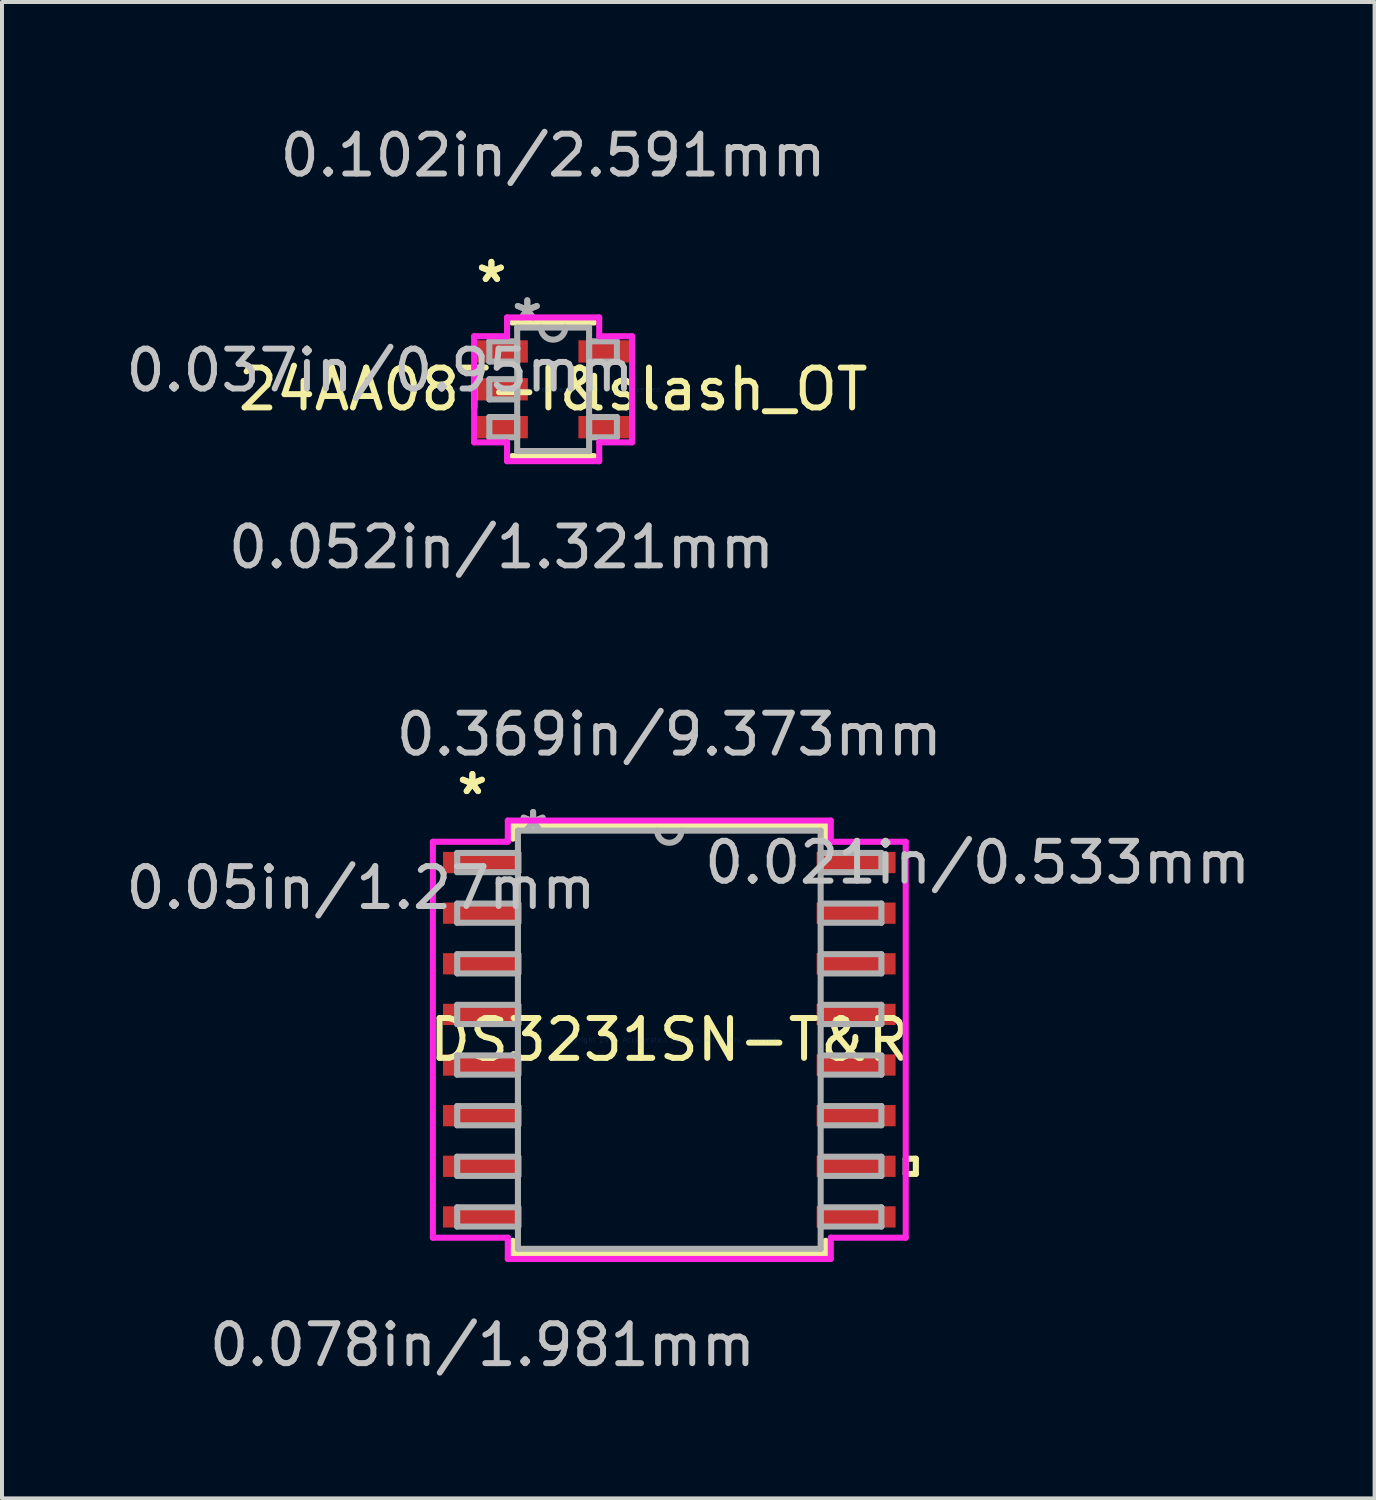
<source format=kicad_pcb>
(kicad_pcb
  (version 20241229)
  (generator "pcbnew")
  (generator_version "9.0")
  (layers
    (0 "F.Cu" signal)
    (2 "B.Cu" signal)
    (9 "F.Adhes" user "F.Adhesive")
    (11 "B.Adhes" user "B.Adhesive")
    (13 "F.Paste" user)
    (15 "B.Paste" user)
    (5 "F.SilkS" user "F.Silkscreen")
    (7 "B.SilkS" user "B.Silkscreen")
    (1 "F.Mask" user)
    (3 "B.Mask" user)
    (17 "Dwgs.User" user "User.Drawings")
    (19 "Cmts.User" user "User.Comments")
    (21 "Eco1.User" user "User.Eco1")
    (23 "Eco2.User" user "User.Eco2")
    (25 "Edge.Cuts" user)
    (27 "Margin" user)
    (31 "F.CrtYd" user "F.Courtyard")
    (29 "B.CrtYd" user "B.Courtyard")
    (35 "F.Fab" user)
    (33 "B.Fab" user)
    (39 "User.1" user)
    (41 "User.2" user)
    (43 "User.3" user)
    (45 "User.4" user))
  (footprint "DS3231SN-T&R"
    (layer "F.Cu")
    (at 13.74 23.033)
    (property "Reference" "DS3231SN-T&R" (at 0 0 0) (layer "F.SilkS") (effects (font (size 1 1) (thickness 0.15))))
    (attr through_hole)
    (fp_line (start -3.924 -5.372) (end -3.924 -5.044) (stroke (width 0.152) (type solid)) (layer "F.SilkS"))
    (fp_line (start -3.924 5.044) (end -3.924 5.372) (stroke (width 0.152) (type solid)) (layer "F.SilkS"))
    (fp_line (start -3.924 5.372) (end 3.924 5.372) (stroke (width 0.152) (type solid)) (layer "F.SilkS"))
    (fp_line (start 3.924 -5.372) (end -3.924 -5.372) (stroke (width 0.152) (type solid)) (layer "F.SilkS"))
    (fp_line (start 3.924 -5.044) (end 3.924 -5.372) (stroke (width 0.152) (type solid)) (layer "F.SilkS"))
    (fp_line (start 3.924 5.372) (end 3.924 5.044) (stroke (width 0.152) (type solid)) (layer "F.SilkS"))
    (fp_line (start 5.931 2.985) (end 6.185 2.985) (stroke (width 0.152) (type solid)) (layer "F.SilkS"))
    (fp_line (start 5.931 3.365) (end 5.931 2.985) (stroke (width 0.152) (type solid)) (layer "F.SilkS"))
    (fp_line (start 6.185 2.985) (end 6.185 3.365) (stroke (width 0.152) (type solid)) (layer "F.SilkS"))
    (fp_line (start 6.185 3.365) (end 5.931 3.365) (stroke (width 0.152) (type solid)) (layer "F.SilkS"))
    (fp_line (start -5.931 -4.966) (end -4.051 -4.966) (stroke (width 0.152) (type solid)) (layer "F.CrtYd"))
    (fp_line (start -5.931 4.966) (end -5.931 -4.966) (stroke (width 0.152) (type solid)) (layer "F.CrtYd"))
    (fp_line (start -4.051 -5.499) (end 4.051 -5.499) (stroke (width 0.152) (type solid)) (layer "F.CrtYd"))
    (fp_line (start -4.051 -4.966) (end -4.051 -5.499) (stroke (width 0.152) (type solid)) (layer "F.CrtYd"))
    (fp_line (start -4.051 4.966) (end -5.931 4.966) (stroke (width 0.152) (type solid)) (layer "F.CrtYd"))
    (fp_line (start -4.051 5.499) (end -4.051 4.966) (stroke (width 0.152) (type solid)) (layer "F.CrtYd"))
    (fp_line (start 4.051 -5.499) (end 4.051 -4.966) (stroke (width 0.152) (type solid)) (layer "F.CrtYd"))
    (fp_line (start 4.051 -4.966) (end 5.931 -4.966) (stroke (width 0.152) (type solid)) (layer "F.CrtYd"))
    (fp_line (start 4.051 4.966) (end 4.051 5.499) (stroke (width 0.152) (type solid)) (layer "F.CrtYd"))
    (fp_line (start 4.051 5.499) (end -4.051 5.499) (stroke (width 0.152) (type solid)) (layer "F.CrtYd"))
    (fp_line (start 5.931 -4.966) (end 5.931 4.966) (stroke (width 0.152) (type solid)) (layer "F.CrtYd"))
    (fp_line (start 5.931 4.966) (end 4.051 4.966) (stroke (width 0.152) (type solid)) (layer "F.CrtYd"))
    (fp_line (start -5.321 -4.686) (end -5.321 -4.204) (stroke (width 0.152) (type solid)) (layer "F.Fab"))
    (fp_line (start -5.321 -4.204) (end -3.797 -4.204) (stroke (width 0.152) (type solid)) (layer "F.Fab"))
    (fp_line (start -5.321 -3.416) (end -5.321 -2.934) (stroke (width 0.152) (type solid)) (layer "F.Fab"))
    (fp_line (start -5.321 -2.934) (end -3.797 -2.934) (stroke (width 0.152) (type solid)) (layer "F.Fab"))
    (fp_line (start -5.321 -2.146) (end -5.321 -1.664) (stroke (width 0.152) (type solid)) (layer "F.Fab"))
    (fp_line (start -5.321 -1.664) (end -3.797 -1.664) (stroke (width 0.152) (type solid)) (layer "F.Fab"))
    (fp_line (start -5.321 -0.876) (end -5.321 -0.394) (stroke (width 0.152) (type solid)) (layer "F.Fab"))
    (fp_line (start -5.321 -0.394) (end -3.797 -0.394) (stroke (width 0.152) (type solid)) (layer "F.Fab"))
    (fp_line (start -5.321 0.394) (end -5.321 0.876) (stroke (width 0.152) (type solid)) (layer "F.Fab"))
    (fp_line (start -5.321 0.876) (end -3.797 0.876) (stroke (width 0.152) (type solid)) (layer "F.Fab"))
    (fp_line (start -5.321 1.664) (end -5.321 2.146) (stroke (width 0.152) (type solid)) (layer "F.Fab"))
    (fp_line (start -5.321 2.146) (end -3.797 2.146) (stroke (width 0.152) (type solid)) (layer "F.Fab"))
    (fp_line (start -5.321 2.934) (end -5.321 3.416) (stroke (width 0.152) (type solid)) (layer "F.Fab"))
    (fp_line (start -5.321 3.416) (end -3.797 3.416) (stroke (width 0.152) (type solid)) (layer "F.Fab"))
    (fp_line (start -5.321 4.204) (end -5.321 4.686) (stroke (width 0.152) (type solid)) (layer "F.Fab"))
    (fp_line (start -5.321 4.686) (end -3.797 4.686) (stroke (width 0.152) (type solid)) (layer "F.Fab"))
    (fp_line (start -3.797 -5.245) (end -3.797 5.245) (stroke (width 0.152) (type solid)) (layer "F.Fab"))
    (fp_line (start -3.797 -4.686) (end -5.321 -4.686) (stroke (width 0.152) (type solid)) (layer "F.Fab"))
    (fp_line (start -3.797 -4.204) (end -3.797 -4.686) (stroke (width 0.152) (type solid)) (layer "F.Fab"))
    (fp_line (start -3.797 -3.416) (end -5.321 -3.416) (stroke (width 0.152) (type solid)) (layer "F.Fab"))
    (fp_line (start -3.797 -2.934) (end -3.797 -3.416) (stroke (width 0.152) (type solid)) (layer "F.Fab"))
    (fp_line (start -3.797 -2.146) (end -5.321 -2.146) (stroke (width 0.152) (type solid)) (layer "F.Fab"))
    (fp_line (start -3.797 -1.664) (end -3.797 -2.146) (stroke (width 0.152) (type solid)) (layer "F.Fab"))
    (fp_line (start -3.797 -0.876) (end -5.321 -0.876) (stroke (width 0.152) (type solid)) (layer "F.Fab"))
    (fp_line (start -3.797 -0.394) (end -3.797 -0.876) (stroke (width 0.152) (type solid)) (layer "F.Fab"))
    (fp_line (start -3.797 0.394) (end -5.321 0.394) (stroke (width 0.152) (type solid)) (layer "F.Fab"))
    (fp_line (start -3.797 0.876) (end -3.797 0.394) (stroke (width 0.152) (type solid)) (layer "F.Fab"))
    (fp_line (start -3.797 1.664) (end -5.321 1.664) (stroke (width 0.152) (type solid)) (layer "F.Fab"))
    (fp_line (start -3.797 2.146) (end -3.797 1.664) (stroke (width 0.152) (type solid)) (layer "F.Fab"))
    (fp_line (start -3.797 2.934) (end -5.321 2.934) (stroke (width 0.152) (type solid)) (layer "F.Fab"))
    (fp_line (start -3.797 3.416) (end -3.797 2.934) (stroke (width 0.152) (type solid)) (layer "F.Fab"))
    (fp_line (start -3.797 4.204) (end -5.321 4.204) (stroke (width 0.152) (type solid)) (layer "F.Fab"))
    (fp_line (start -3.797 4.686) (end -3.797 4.204) (stroke (width 0.152) (type solid)) (layer "F.Fab"))
    (fp_line (start -3.797 5.245) (end 3.797 5.245) (stroke (width 0.152) (type solid)) (layer "F.Fab"))
    (fp_line (start 3.797 -5.245) (end -3.797 -5.245) (stroke (width 0.152) (type solid)) (layer "F.Fab"))
    (fp_line (start 3.797 -4.686) (end 3.797 -4.204) (stroke (width 0.152) (type solid)) (layer "F.Fab"))
    (fp_line (start 3.797 -4.204) (end 5.321 -4.204) (stroke (width 0.152) (type solid)) (layer "F.Fab"))
    (fp_line (start 3.797 -3.416) (end 3.797 -2.934) (stroke (width 0.152) (type solid)) (layer "F.Fab"))
    (fp_line (start 3.797 -2.934) (end 5.321 -2.934) (stroke (width 0.152) (type solid)) (layer "F.Fab"))
    (fp_line (start 3.797 -2.146) (end 3.797 -1.664) (stroke (width 0.152) (type solid)) (layer "F.Fab"))
    (fp_line (start 3.797 -1.664) (end 5.321 -1.664) (stroke (width 0.152) (type solid)) (layer "F.Fab"))
    (fp_line (start 3.797 -0.876) (end 3.797 -0.394) (stroke (width 0.152) (type solid)) (layer "F.Fab"))
    (fp_line (start 3.797 -0.394) (end 5.321 -0.394) (stroke (width 0.152) (type solid)) (layer "F.Fab"))
    (fp_line (start 3.797 0.394) (end 3.797 0.876) (stroke (width 0.152) (type solid)) (layer "F.Fab"))
    (fp_line (start 3.797 0.876) (end 5.321 0.876) (stroke (width 0.152) (type solid)) (layer "F.Fab"))
    (fp_line (start 3.797 1.664) (end 3.797 2.146) (stroke (width 0.152) (type solid)) (layer "F.Fab"))
    (fp_line (start 3.797 2.146) (end 5.321 2.146) (stroke (width 0.152) (type solid)) (layer "F.Fab"))
    (fp_line (start 3.797 2.934) (end 3.797 3.416) (stroke (width 0.152) (type solid)) (layer "F.Fab"))
    (fp_line (start 3.797 3.416) (end 5.321 3.416) (stroke (width 0.152) (type solid)) (layer "F.Fab"))
    (fp_line (start 3.797 4.204) (end 3.797 4.686) (stroke (width 0.152) (type solid)) (layer "F.Fab"))
    (fp_line (start 3.797 4.686) (end 5.321 4.686) (stroke (width 0.152) (type solid)) (layer "F.Fab"))
    (fp_line (start 3.797 5.245) (end 3.797 -5.245) (stroke (width 0.152) (type solid)) (layer "F.Fab"))
    (fp_line (start 5.321 -4.686) (end 3.797 -4.686) (stroke (width 0.152) (type solid)) (layer "F.Fab"))
    (fp_line (start 5.321 -4.204) (end 5.321 -4.686) (stroke (width 0.152) (type solid)) (layer "F.Fab"))
    (fp_line (start 5.321 -3.416) (end 3.797 -3.416) (stroke (width 0.152) (type solid)) (layer "F.Fab"))
    (fp_line (start 5.321 -2.934) (end 5.321 -3.416) (stroke (width 0.152) (type solid)) (layer "F.Fab"))
    (fp_line (start 5.321 -2.146) (end 3.797 -2.146) (stroke (width 0.152) (type solid)) (layer "F.Fab"))
    (fp_line (start 5.321 -1.664) (end 5.321 -2.146) (stroke (width 0.152) (type solid)) (layer "F.Fab"))
    (fp_line (start 5.321 -0.876) (end 3.797 -0.876) (stroke (width 0.152) (type solid)) (layer "F.Fab"))
    (fp_line (start 5.321 -0.394) (end 5.321 -0.876) (stroke (width 0.152) (type solid)) (layer "F.Fab"))
    (fp_line (start 5.321 0.394) (end 3.797 0.394) (stroke (width 0.152) (type solid)) (layer "F.Fab"))
    (fp_line (start 5.321 0.876) (end 5.321 0.394) (stroke (width 0.152) (type solid)) (layer "F.Fab"))
    (fp_line (start 5.321 1.664) (end 3.797 1.664) (stroke (width 0.152) (type solid)) (layer "F.Fab"))
    (fp_line (start 5.321 2.146) (end 5.321 1.664) (stroke (width 0.152) (type solid)) (layer "F.Fab"))
    (fp_line (start 5.321 2.934) (end 3.797 2.934) (stroke (width 0.152) (type solid)) (layer "F.Fab"))
    (fp_line (start 5.321 3.416) (end 5.321 2.934) (stroke (width 0.152) (type solid)) (layer "F.Fab"))
    (fp_line (start 5.321 4.204) (end 3.797 4.204) (stroke (width 0.152) (type solid)) (layer "F.Fab"))
    (fp_line (start 5.321 4.686) (end 5.321 4.204) (stroke (width 0.152) (type solid)) (layer "F.Fab"))
    (fp_arc (start 0.3048 -5.2451) (mid 0 -4.9403) (end -0.3048 -5.2451) (stroke (width 0.1524) (type solid)) (layer "F.Fab"))
    (fp_text user "*" (at -4.94 -6.121 0) (layer "F.SilkS") (effects (font (size 1 1) (thickness 0.15))))
    (fp_text user "*" (at -4.94 -6.121 0) (layer "F.SilkS") (effects (font (size 1 1) (thickness 0.15))))
    (fp_text user "0.05in/1.27mm" (at -7.734 -3.81 0) (layer "Dwgs.User") (effects (font (size 1 1) (thickness 0.15))))
    (fp_text user "0.021in/0.533mm" (at 7.734 -4.445 0) (layer "Dwgs.User") (effects (font (size 1 1) (thickness 0.15))))
    (fp_text user "0.369in/9.373mm" (at 0 -7.658 0) (layer "Dwgs.User") (effects (font (size 1 1) (thickness 0.15))))
    (fp_text user "0.078in/1.981mm" (at -4.686 7.658 0) (layer "Dwgs.User") (effects (font (size 1 1) (thickness 0.15))))
    (fp_text user "Copyright 2016 Accelerated Designs. All rights reserved." (at 0 0 0) (layer "Cmts.User") (effects (font (size 0.127 0.127) (thickness 0.002))))
    (fp_text user "*" (at -3.416 -5.169 0) (layer "F.Fab") (effects (font (size 1 1) (thickness 0.15))))
    (fp_text user "*" (at -3.416 -5.169 0) (layer "F.Fab") (effects (font (size 1 1) (thickness 0.15))))
    (pad "1" smd rect (at -4.686 -4.445) (size 1.981 0.533) (layers "F.Cu" "F.Mask" "F.Paste"))
    (pad "2" smd rect (at -4.686 -3.175) (size 1.981 0.533) (layers "F.Cu" "F.Mask" "F.Paste"))
    (pad "3" smd rect (at -4.686 -1.905) (size 1.981 0.533) (layers "F.Cu" "F.Mask" "F.Paste"))
    (pad "4" smd rect (at -4.686 -0.635) (size 1.981 0.533) (layers "F.Cu" "F.Mask" "F.Paste"))
    (pad "5" smd rect (at -4.686 0.635) (size 1.981 0.533) (layers "F.Cu" "F.Mask" "F.Paste"))
    (pad "6" smd rect (at -4.686 1.905) (size 1.981 0.533) (layers "F.Cu" "F.Mask" "F.Paste"))
    (pad "7" smd rect (at -4.686 3.175) (size 1.981 0.533) (layers "F.Cu" "F.Mask" "F.Paste"))
    (pad "8" smd rect (at -4.686 4.445) (size 1.981 0.533) (layers "F.Cu" "F.Mask" "F.Paste"))
    (pad "9" smd rect (at 4.686 4.445) (size 1.981 0.533) (layers "F.Cu" "F.Mask" "F.Paste"))
    (pad "10" smd rect (at 4.686 3.175) (size 1.981 0.533) (layers "F.Cu" "F.Mask" "F.Paste"))
    (pad "11" smd rect (at 4.686 1.905) (size 1.981 0.533) (layers "F.Cu" "F.Mask" "F.Paste"))
    (pad "12" smd rect (at 4.686 0.635) (size 1.981 0.533) (layers "F.Cu" "F.Mask" "F.Paste"))
    (pad "13" smd rect (at 4.686 -0.635) (size 1.981 0.533) (layers "F.Cu" "F.Mask" "F.Paste"))
    (pad "14" smd rect (at 4.686 -1.905) (size 1.981 0.533) (layers "F.Cu" "F.Mask" "F.Paste"))
    (pad "15" smd rect (at 4.686 -3.175) (size 1.981 0.533) (layers "F.Cu" "F.Mask" "F.Paste"))
    (pad "16" smd rect (at 4.686 -4.445) (size 1.981 0.533) (layers "F.Cu" "F.Mask" "F.Paste")))
  (footprint "24AA08T-I&slash_OT"
    (layer "F.Cu")
    (at 10.826 6.716)
    (property "Reference" "24AA08T-I&slash_OT" (at 0 0 0) (layer "F.SilkS") (effects (font (size 1 1) (thickness 0.15))))
    (attr through_hole)
    (fp_line (start -1.029 1.676) (end 1.029 1.676) (stroke (width 0.152) (type solid)) (layer "F.SilkS"))
    (fp_line (start 1.029 -1.676) (end -1.029 -1.676) (stroke (width 0.152) (type solid)) (layer "F.SilkS"))
    (fp_line (start 1.029 0.338) (end 1.029 -0.338) (stroke (width 0.152) (type solid)) (layer "F.SilkS"))
    (fp_line (start -1.981 -1.331) (end -1.156 -1.331) (stroke (width 0.152) (type solid)) (layer "F.CrtYd"))
    (fp_line (start -1.981 1.331) (end -1.981 -1.331) (stroke (width 0.152) (type solid)) (layer "F.CrtYd"))
    (fp_line (start -1.156 -1.803) (end 1.156 -1.803) (stroke (width 0.152) (type solid)) (layer "F.CrtYd"))
    (fp_line (start -1.156 -1.331) (end -1.156 -1.803) (stroke (width 0.152) (type solid)) (layer "F.CrtYd"))
    (fp_line (start -1.156 1.331) (end -1.981 1.331) (stroke (width 0.152) (type solid)) (layer "F.CrtYd"))
    (fp_line (start -1.156 1.803) (end -1.156 1.331) (stroke (width 0.152) (type solid)) (layer "F.CrtYd"))
    (fp_line (start 1.156 -1.803) (end 1.156 -1.331) (stroke (width 0.152) (type solid)) (layer "F.CrtYd"))
    (fp_line (start 1.156 -1.331) (end 1.981 -1.331) (stroke (width 0.152) (type solid)) (layer "F.CrtYd"))
    (fp_line (start 1.156 1.331) (end 1.156 1.803) (stroke (width 0.152) (type solid)) (layer "F.CrtYd"))
    (fp_line (start 1.156 1.803) (end -1.156 1.803) (stroke (width 0.152) (type solid)) (layer "F.CrtYd"))
    (fp_line (start 1.981 -1.331) (end 1.981 1.331) (stroke (width 0.152) (type solid)) (layer "F.CrtYd"))
    (fp_line (start 1.981 1.331) (end 1.156 1.331) (stroke (width 0.152) (type solid)) (layer "F.CrtYd"))
    (fp_line (start -1.6 -1.204) (end -1.6 -0.696) (stroke (width 0.152) (type solid)) (layer "F.Fab"))
    (fp_line (start -1.6 -0.696) (end -0.902 -0.696) (stroke (width 0.152) (type solid)) (layer "F.Fab"))
    (fp_line (start -1.6 -0.254) (end -1.6 0.254) (stroke (width 0.152) (type solid)) (layer "F.Fab"))
    (fp_line (start -1.6 0.254) (end -0.902 0.254) (stroke (width 0.152) (type solid)) (layer "F.Fab"))
    (fp_line (start -1.6 0.696) (end -1.6 1.204) (stroke (width 0.152) (type solid)) (layer "F.Fab"))
    (fp_line (start -1.6 1.204) (end -0.902 1.204) (stroke (width 0.152) (type solid)) (layer "F.Fab"))
    (fp_line (start -0.902 -1.549) (end -0.902 1.549) (stroke (width 0.152) (type solid)) (layer "F.Fab"))
    (fp_line (start -0.902 -1.204) (end -1.6 -1.204) (stroke (width 0.152) (type solid)) (layer "F.Fab"))
    (fp_line (start -0.902 -0.696) (end -0.902 -1.204) (stroke (width 0.152) (type solid)) (layer "F.Fab"))
    (fp_line (start -0.902 -0.254) (end -1.6 -0.254) (stroke (width 0.152) (type solid)) (layer "F.Fab"))
    (fp_line (start -0.902 0.254) (end -0.902 -0.254) (stroke (width 0.152) (type solid)) (layer "F.Fab"))
    (fp_line (start -0.902 0.696) (end -1.6 0.696) (stroke (width 0.152) (type solid)) (layer "F.Fab"))
    (fp_line (start -0.902 1.204) (end -0.902 0.696) (stroke (width 0.152) (type solid)) (layer "F.Fab"))
    (fp_line (start -0.902 1.549) (end 0.902 1.549) (stroke (width 0.152) (type solid)) (layer "F.Fab"))
    (fp_line (start 0.902 -1.549) (end -0.902 -1.549) (stroke (width 0.152) (type solid)) (layer "F.Fab"))
    (fp_line (start 0.902 -1.204) (end 0.902 -0.696) (stroke (width 0.152) (type solid)) (layer "F.Fab"))
    (fp_line (start 0.902 -0.696) (end 1.6 -0.696) (stroke (width 0.152) (type solid)) (layer "F.Fab"))
    (fp_line (start 0.902 0.696) (end 0.902 1.204) (stroke (width 0.152) (type solid)) (layer "F.Fab"))
    (fp_line (start 0.902 1.204) (end 1.6 1.204) (stroke (width 0.152) (type solid)) (layer "F.Fab"))
    (fp_line (start 0.902 1.549) (end 0.902 -1.549) (stroke (width 0.152) (type solid)) (layer "F.Fab"))
    (fp_line (start 1.6 -1.204) (end 0.902 -1.204) (stroke (width 0.152) (type solid)) (layer "F.Fab"))
    (fp_line (start 1.6 -0.696) (end 1.6 -1.204) (stroke (width 0.152) (type solid)) (layer "F.Fab"))
    (fp_line (start 1.6 0.696) (end 0.902 0.696) (stroke (width 0.152) (type solid)) (layer "F.Fab"))
    (fp_line (start 1.6 1.204) (end 1.6 0.696) (stroke (width 0.152) (type solid)) (layer "F.Fab"))
    (fp_arc (start 0.3048 -1.5494) (mid 0 -1.2446) (end -0.3048 -1.5494) (stroke (width 0.1524) (type solid)) (layer "F.Fab"))
    (fp_text user "*" (at -1.549 -2.652 0) (layer "F.SilkS") (effects (font (size 1 1) (thickness 0.15))))
    (fp_text user "*" (at -1.549 -2.652 0) (layer "F.SilkS") (effects (font (size 1 1) (thickness 0.15))))
    (fp_text user "0.052in/1.321mm" (at -1.295 3.962 0) (layer "Dwgs.User") (effects (font (size 1 1) (thickness 0.15))))
    (fp_text user "0.037in/0.95mm" (at -4.343 -0.475 0) (layer "Dwgs.User") (effects (font (size 1 1) (thickness 0.15))))
    (fp_text user "0.102in/2.591mm" (at 0 -5.867 0) (layer "Dwgs.User") (effects (font (size 1 1) (thickness 0.15))))
    (fp_text user "Copyright 2016 Accelerated Designs. All rights reserved." (at 0 0 0) (layer "Cmts.User") (effects (font (size 0.127 0.127) (thickness 0.002))))
    (fp_text user "*" (at -0.648 -1.687 0) (layer "F.Fab") (effects (font (size 1 1) (thickness 0.15))))
    (fp_text user "*" (at -0.648 -1.687 0) (layer "F.Fab") (effects (font (size 1 1) (thickness 0.15))))
    (pad "1" smd rect (at -1.295 -0.95) (size 1.321 0.559) (layers "F.Cu" "F.Mask" "F.Paste"))
    (pad "2" smd rect (at -1.295 0) (size 1.321 0.559) (layers "F.Cu" "F.Mask" "F.Paste"))
    (pad "3" smd rect (at -1.295 0.95) (size 1.321 0.559) (layers "F.Cu" "F.Mask" "F.Paste"))
    (pad "4" smd rect (at 1.295 0.95) (size 1.321 0.559) (layers "F.Cu" "F.Mask" "F.Paste"))
    (pad "5" smd rect (at 1.295 -0.95) (size 1.321 0.559) (layers "F.Cu" "F.Mask" "F.Paste")))
  (gr_rect
    (start -3 -3)
    (end 31.433 34.539)
    (stroke (width 0.1) (type default))
    (fill no)
    (layer "Edge.Cuts")))
</source>
